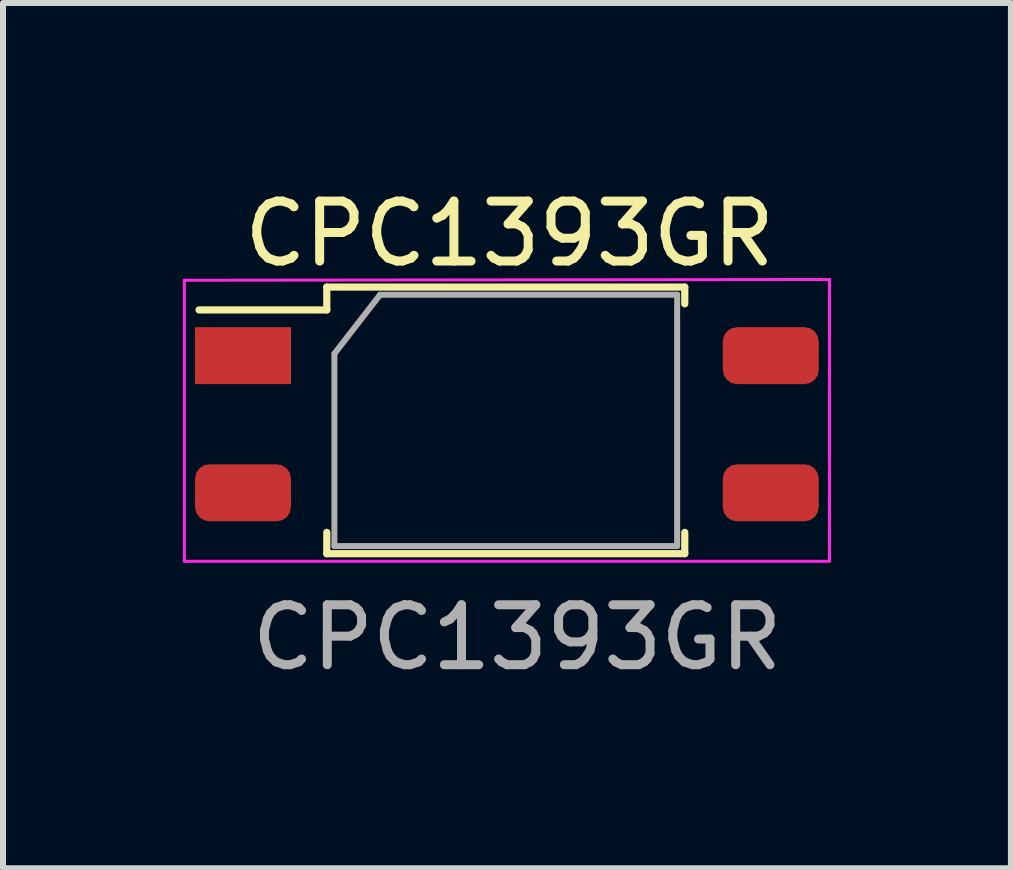
<source format=kicad_pcb>
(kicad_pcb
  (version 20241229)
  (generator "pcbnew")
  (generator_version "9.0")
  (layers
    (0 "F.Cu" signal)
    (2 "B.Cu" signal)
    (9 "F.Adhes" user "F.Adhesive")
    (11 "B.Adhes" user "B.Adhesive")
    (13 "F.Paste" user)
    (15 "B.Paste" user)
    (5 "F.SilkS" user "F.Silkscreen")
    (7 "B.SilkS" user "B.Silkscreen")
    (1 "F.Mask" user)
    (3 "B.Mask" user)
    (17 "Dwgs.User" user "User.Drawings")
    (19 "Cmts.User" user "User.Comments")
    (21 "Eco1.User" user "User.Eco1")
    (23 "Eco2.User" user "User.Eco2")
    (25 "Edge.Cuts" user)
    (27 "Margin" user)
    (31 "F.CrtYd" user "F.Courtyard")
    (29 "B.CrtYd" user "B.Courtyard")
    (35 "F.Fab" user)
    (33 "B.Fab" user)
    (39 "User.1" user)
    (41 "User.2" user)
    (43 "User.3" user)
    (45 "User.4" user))
  (footprint "CPC1393GR"
    (layer "F.Cu")
    (at 1.002 2.88)
    (property "Reference" "CPC1393GR" (at 4.445 -2.032 0) (unlocked yes) (layer "F.SilkS") (effects (font (size 1 1) (thickness 0.15))))
    (attr smd)
    (fp_line (start 1.397 -1.143) (end 1.397 -0.762) (stroke (width 0.12) (type solid)) (layer "F.SilkS"))
    (fp_line (start 1.397 -0.762) (end -0.733 -0.762) (stroke (width 0.12) (type solid)) (layer "F.SilkS"))
    (fp_line (start 1.397 3.302) (end 1.397 2.947) (stroke (width 0.12) (type solid)) (layer "F.SilkS"))
    (fp_line (start 1.397 3.302) (end 7.366 3.302) (stroke (width 0.12) (type solid)) (layer "F.SilkS"))
    (fp_line (start 7.366 -1.143) (end 1.397 -1.143) (stroke (width 0.12) (type solid)) (layer "F.SilkS"))
    (fp_line (start 7.366 -1.143) (end 7.366 -0.864) (stroke (width 0.12) (type solid)) (layer "F.SilkS"))
    (fp_line (start 7.366 3.302) (end 7.366 2.947) (stroke (width 0.12) (type solid)) (layer "F.SilkS"))
    (fp_line (start -0.978 -1.257) (end -0.978 3.429) (stroke (width 0.05) (type solid)) (layer "F.CrtYd"))
    (fp_line (start -0.978 3.429) (end 9.779 3.429) (stroke (width 0.05) (type solid)) (layer "F.CrtYd"))
    (fp_line (start 9.779 -1.27) (end -0.978 -1.257) (stroke (width 0.05) (type solid)) (layer "F.CrtYd"))
    (fp_line (start 9.779 3.429) (end 9.779 -1.27) (stroke (width 0.05) (type solid)) (layer "F.CrtYd"))
    (fp_line (start 1.524 -0.033) (end 2.286 -1.016) (stroke (width 0.1) (type solid)) (layer "F.Fab"))
    (fp_line (start 1.524 3.175) (end 1.524 -0.033) (stroke (width 0.1) (type solid)) (layer "F.Fab"))
    (fp_line (start 2.286 -1.016) (end 7.239 -1.016) (stroke (width 0.1) (type solid)) (layer "F.Fab"))
    (fp_line (start 7.239 -1.016) (end 7.239 3.175) (stroke (width 0.1) (type solid)) (layer "F.Fab"))
    (fp_line (start 7.239 3.175) (end 1.524 3.175) (stroke (width 0.1) (type solid)) (layer "F.Fab"))
    (fp_text user "${REFERENCE}" (at 4.572 4.699 0) (unlocked yes) (layer "F.Fab") (effects (font (size 1 1) (thickness 0.15))))
    (pad "1" smd rect (at 0 0) (size 1.6 0.95) (layers "F.Cu" "F.Mask" "F.Paste"))
    (pad "2" smd roundrect (at 0 2.287) (size 1.6 0.95) (layers "F.Cu" "F.Mask" "F.Paste") (roundrect_rratio 0.25))
    (pad "3" smd roundrect (at 8.8 2.287) (size 1.6 0.95) (layers "F.Cu" "F.Mask" "F.Paste") (roundrect_rratio 0.25))
    (pad "4" smd roundrect (at 8.8 0) (size 1.6 0.95) (layers "F.Cu" "F.Mask" "F.Paste") (roundrect_rratio 0.25)))
  (gr_rect
    (start -3 -3)
    (end 13.806 11.428)
    (stroke (width 0.1) (type default))
    (fill no)
    (layer "Edge.Cuts")))
</source>
